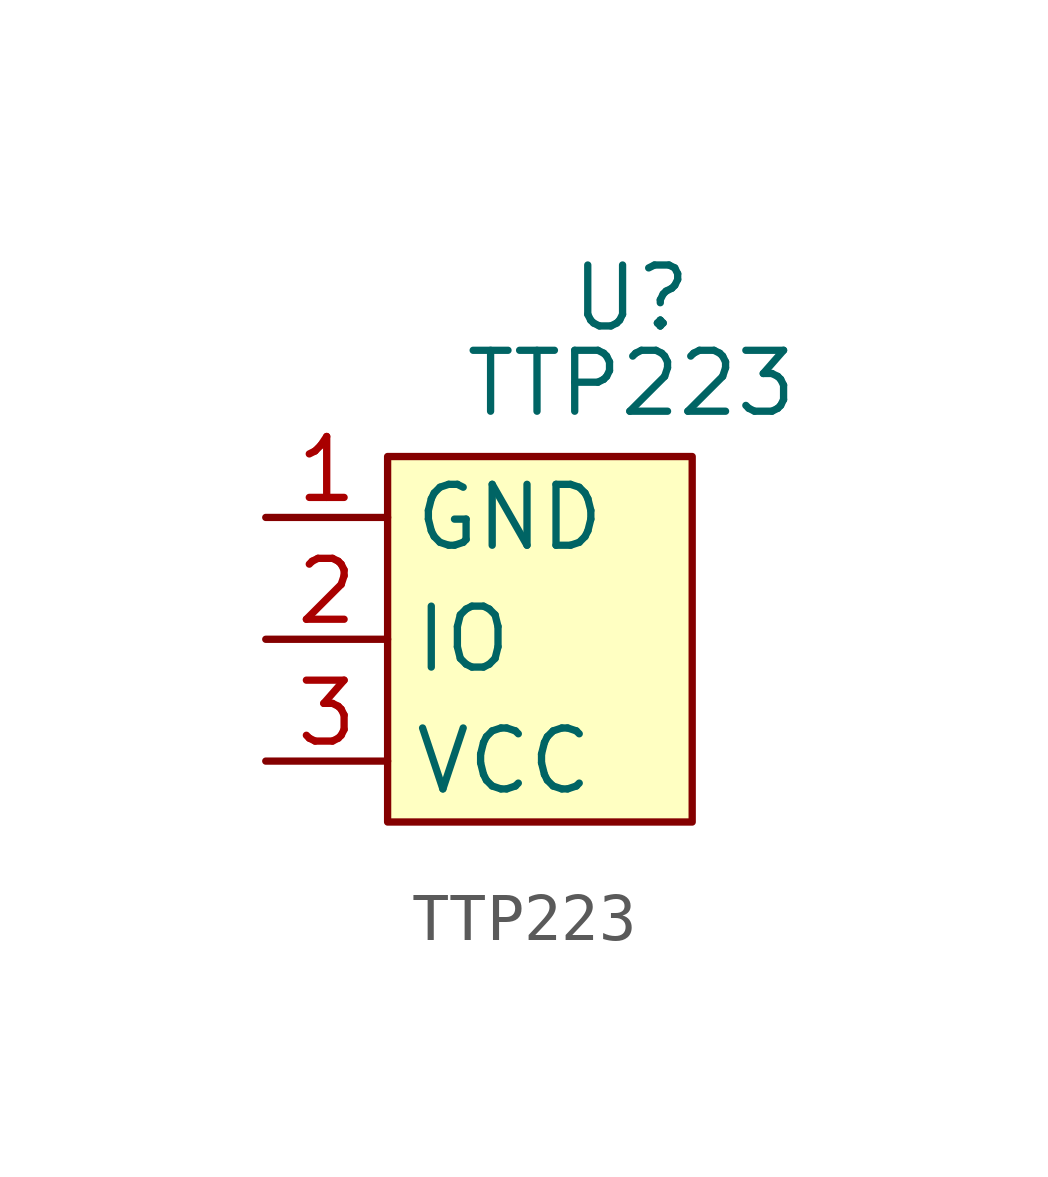
<source format=kicad_sym>
(kicad_symbol_lib
  (version 20241209)
  (generator "kicad_symbol_editor")
  (generator_version "9.0")
  (symbol "TTP223"
    (property "Reference" "U"
      (at 0 5.842 0)
      (effects (font (size 1.27 1.27))))
    (property "Value" "TTP223"
      (at 0 4.064 0)
      (effects (font (size 1.27 1.27))))
    (symbol "TTP223_1_1"
      (rectangle (start -5.08 2.54) (end 1.27 -5.08) (stroke (width 0) (type solid)) (fill (type background)))
      (pin input line (at -7.62 1.27 0) (length 2.54) (name "GND" (effects (font (size 1.27 1.27)))) (number "1" (effects (font (size 1.27 1.27)))))
      (pin input line (at -7.62 -1.27 0) (length 2.54) (name "IO" (effects (font (size 1.27 1.27)))) (number "2" (effects (font (size 1.27 1.27)))))
      (pin input line (at -7.62 -3.81 0) (length 2.54) (name "VCC" (effects (font (size 1.27 1.27)))) (number "3" (effects (font (size 1.27 1.27))))))))
</source>
